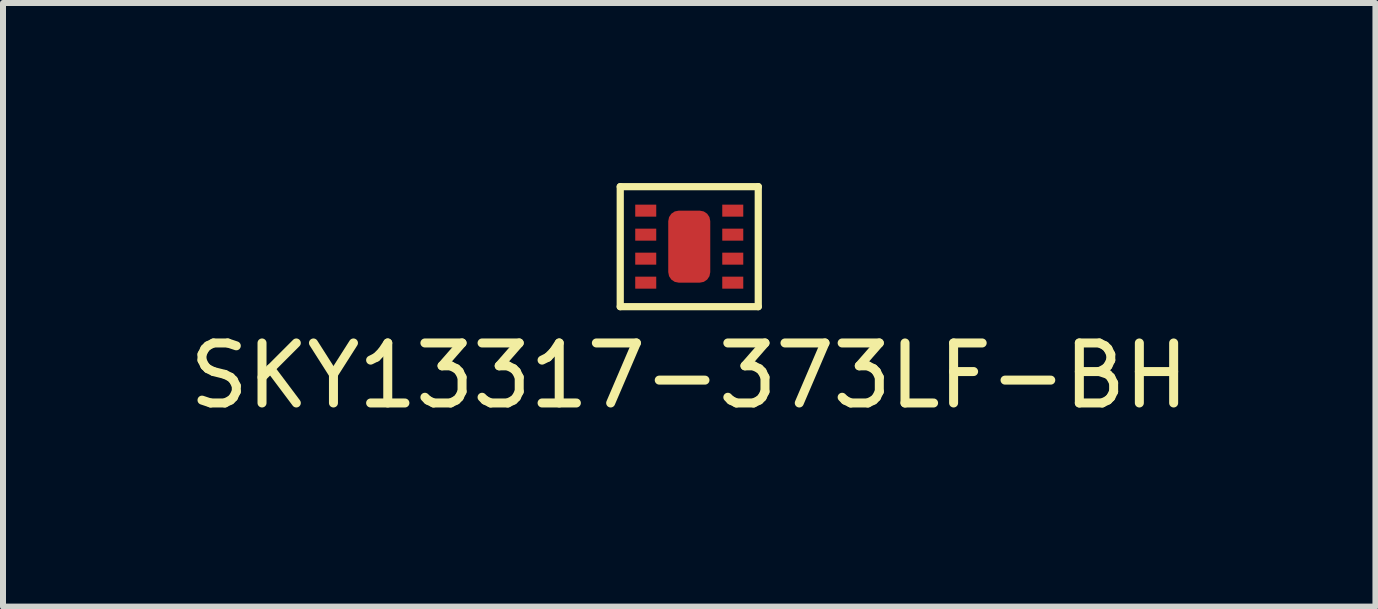
<source format=kicad_pcb>
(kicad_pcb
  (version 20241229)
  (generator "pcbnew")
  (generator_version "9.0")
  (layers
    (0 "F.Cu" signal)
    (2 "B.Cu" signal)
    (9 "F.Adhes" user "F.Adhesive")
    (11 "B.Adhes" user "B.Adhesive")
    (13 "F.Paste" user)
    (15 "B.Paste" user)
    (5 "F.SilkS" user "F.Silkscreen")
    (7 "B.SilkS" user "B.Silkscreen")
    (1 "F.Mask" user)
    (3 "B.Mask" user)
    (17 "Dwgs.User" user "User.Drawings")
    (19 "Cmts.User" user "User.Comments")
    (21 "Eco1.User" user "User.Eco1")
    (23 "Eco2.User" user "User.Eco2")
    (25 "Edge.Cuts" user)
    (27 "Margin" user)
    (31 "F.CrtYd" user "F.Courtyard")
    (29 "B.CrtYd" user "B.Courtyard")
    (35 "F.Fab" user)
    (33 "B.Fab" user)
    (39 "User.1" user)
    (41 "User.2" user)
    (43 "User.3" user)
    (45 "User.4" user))
  (footprint "SKY13317-373LF-BH"
    (layer "F.Cu")
    (at 8.435 1.06)
    (property "Reference" "SKY13317-373LF-BH" (at 0 2.15 0) (layer "F.SilkS") (effects (font (size 1 1) (thickness 0.15))))
    (attr through_hole)
    (fp_line (start -1.15 -1) (end -1.15 1) (stroke (width 0.12) (type solid)) (layer "F.SilkS"))
    (fp_line (start 1.15 -1) (end -1.15 -1) (stroke (width 0.12) (type solid)) (layer "F.SilkS"))
    (fp_line (start 1.15 1) (end -1.15 1) (stroke (width 0.12) (type solid)) (layer "F.SilkS"))
    (fp_line (start 1.15 1) (end 1.15 -1) (stroke (width 0.12) (type solid)) (layer "F.SilkS"))
    (pad "1" smd rect (at -0.725 -0.6) (size 0.35 0.2) (layers "F.Cu" "F.Mask" "F.Paste"))
    (pad "2" smd rect (at -0.725 -0.2) (size 0.35 0.2) (layers "F.Cu" "F.Mask" "F.Paste"))
    (pad "3" smd rect (at -0.725 0.2) (size 0.35 0.2) (layers "F.Cu" "F.Mask" "F.Paste"))
    (pad "4" smd rect (at -0.725 0.6) (size 0.35 0.2) (layers "F.Cu" "F.Mask" "F.Paste"))
    (pad "5" smd rect (at 0.725 -0.6) (size 0.35 0.2) (layers "F.Cu" "F.Mask" "F.Paste"))
    (pad "6" smd rect (at 0.725 -0.2) (size 0.35 0.2) (layers "F.Cu" "F.Mask" "F.Paste"))
    (pad "7" smd rect (at 0.725 0.2) (size 0.35 0.2) (layers "F.Cu" "F.Mask" "F.Paste"))
    (pad "8" smd rect (at 0.725 0.6) (size 0.35 0.2) (layers "F.Cu" "F.Mask" "F.Paste"))
    (pad "9" smd roundrect (at 0 0) (size 0.7 1.2) (layers "F.Cu" "F.Mask" "F.Paste") (roundrect_rratio 0.25)))
  (gr_rect
    (start -3 -3)
    (end 19.869 7.058)
    (stroke (width 0.1) (type default))
    (fill no)
    (layer "Edge.Cuts")))
</source>
